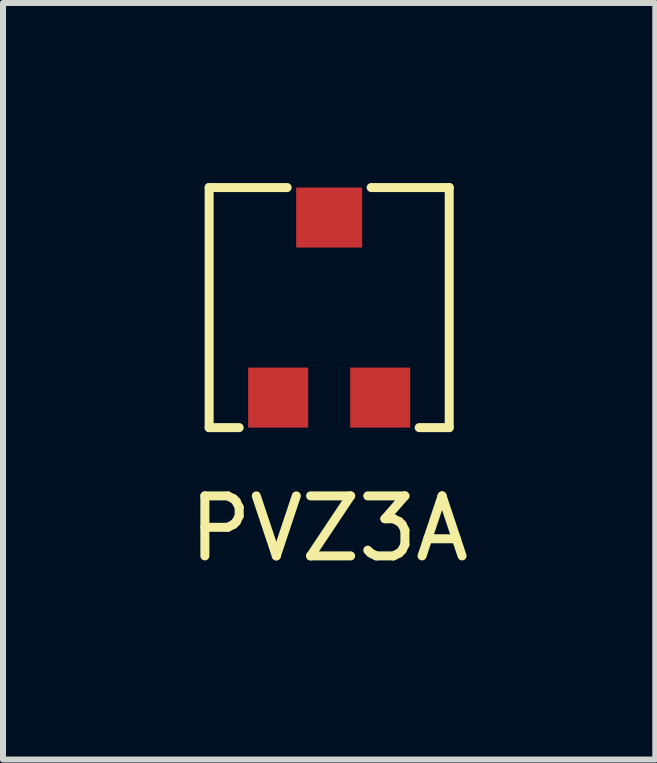
<source format=kicad_pcb>
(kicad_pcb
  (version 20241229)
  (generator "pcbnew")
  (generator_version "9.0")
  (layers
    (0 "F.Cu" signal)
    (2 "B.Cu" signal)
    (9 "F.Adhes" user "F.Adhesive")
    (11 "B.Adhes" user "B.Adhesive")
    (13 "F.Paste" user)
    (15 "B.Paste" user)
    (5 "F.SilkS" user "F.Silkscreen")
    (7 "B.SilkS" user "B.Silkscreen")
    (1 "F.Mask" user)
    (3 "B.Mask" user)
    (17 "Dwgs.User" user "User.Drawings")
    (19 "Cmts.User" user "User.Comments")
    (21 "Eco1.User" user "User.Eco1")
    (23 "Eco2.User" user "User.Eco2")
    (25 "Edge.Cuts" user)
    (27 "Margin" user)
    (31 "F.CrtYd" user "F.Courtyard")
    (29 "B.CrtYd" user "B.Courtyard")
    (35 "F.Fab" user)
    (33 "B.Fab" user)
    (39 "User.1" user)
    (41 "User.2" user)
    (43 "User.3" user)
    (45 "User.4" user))
  (footprint "PVZ3A"
    (layer "F.Cu")
    (at 2.435 2.075)
    (property "Reference" "PVZ3A" (at 0 3.683 0) (layer "F.SilkS") (effects (font (size 1 1) (thickness 0.15))))
    (attr through_hole)
    (fp_line (start -2 -2) (end -2 2) (stroke (width 0.15) (type solid)) (layer "F.SilkS"))
    (fp_line (start -2 2) (end -1.5 2) (stroke (width 0.15) (type solid)) (layer "F.SilkS"))
    (fp_line (start -0.7 -2) (end -2 -2) (stroke (width 0.15) (type solid)) (layer "F.SilkS"))
    (fp_line (start 0.7 -2) (end 2 -2) (stroke (width 0.15) (type solid)) (layer "F.SilkS"))
    (fp_line (start 2 -2) (end 2 2) (stroke (width 0.15) (type solid)) (layer "F.SilkS"))
    (fp_line (start 2 2) (end 1.5 2) (stroke (width 0.15) (type solid)) (layer "F.SilkS"))
    (pad "1" smd rect (at -0.85 1.5) (size 1 1) (layers "F.Cu" "F.Mask" "F.Paste"))
    (pad "2" smd rect (at 0 -1.5) (size 1.1 1) (layers "F.Cu" "F.Mask" "F.Paste"))
    (pad "3" smd rect (at 0.85 1.5) (size 1 1) (layers "F.Cu" "F.Mask" "F.Paste")))
  (gr_rect
    (start -3 -3)
    (end 7.869 9.606)
    (stroke (width 0.1) (type default))
    (fill no)
    (layer "Edge.Cuts")))
</source>
